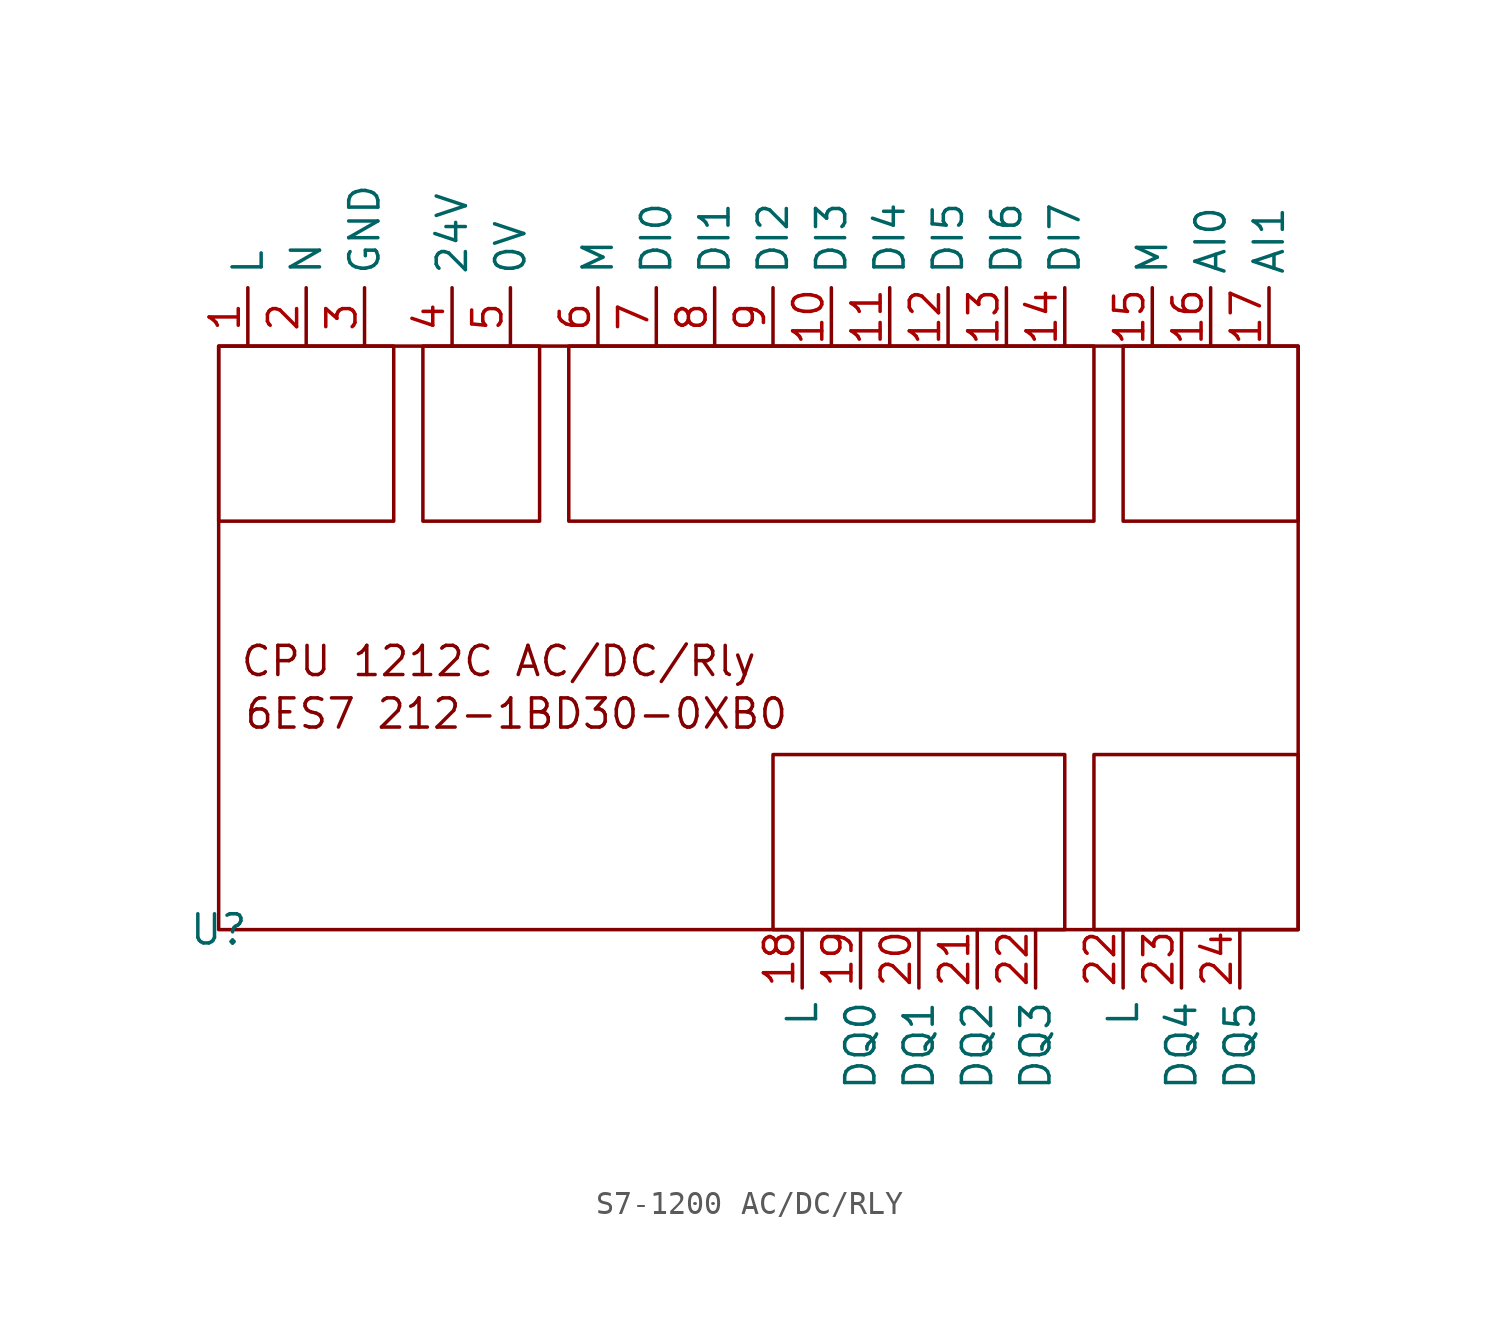
<source format=kicad_sym>
(kicad_symbol_lib
  (version 20231120)
  (generator "kicad_symbol_editor")
  (generator_version "8.0")
  (symbol "S7-1200 AC/DC/RLY"
    (property "Reference" "U"
      (at 0 0 0)
      (effects (font (size 1.27 1.27))))
    (property "Value" ""
      (at 0 0 0)
      (effects (font (size 1.27 1.27))))
    (symbol "S7-1200 AC/DC/RLY_0_1"
      (rectangle (start 0 25.4) (end 7.62 17.78) (stroke (width 0) (type default)) (fill (type none)))
      (rectangle (start 0 25.4) (end 46.99 0) (stroke (width 0) (type default)) (fill (type none)))
      (rectangle (start 8.89 25.4) (end 13.97 17.78) (stroke (width 0) (type default)) (fill (type none)))
      (rectangle (start 15.24 25.4) (end 38.1 17.78) (stroke (width 0) (type default)) (fill (type none)))
      (rectangle (start 36.83 7.62) (end 24.13 0) (stroke (width 0) (type default)) (fill (type none)))
      (rectangle (start 39.37 25.4) (end 46.99 17.78) (stroke (width 0) (type default)) (fill (type none)))
      (rectangle (start 46.99 7.62) (end 38.1 0) (stroke (width 0) (type default)) (fill (type none))))
    (symbol "S7-1200 AC/DC/RLY_1_1"
      (text "6ES7 212-1BD30-0XB0" (at 12.954 9.398 0) (effects (font (size 1.27 1.27))))
      (text "CPU 1212C AC/DC/Rly" (at 12.192 11.684 0) (effects (font (size 1.27 1.27))))
      (pin input line (at 1.27 25.4 90) (length 2.54) (name "L" (effects (font (size 1.27 1.27)))) (number "1" (effects (font (size 1.27 1.27)))))
      (pin input line (at 26.67 25.4 90) (length 2.54) (name "DI3" (effects (font (size 1.27 1.27)))) (number "10" (effects (font (size 1.27 1.27)))))
      (pin input line (at 29.21 25.4 90) (length 2.54) (name "DI4" (effects (font (size 1.27 1.27)))) (number "11" (effects (font (size 1.27 1.27)))))
      (pin input line (at 31.75 25.4 90) (length 2.54) (name "DI5" (effects (font (size 1.27 1.27)))) (number "12" (effects (font (size 1.27 1.27)))))
      (pin input line (at 34.29 25.4 90) (length 2.54) (name "DI6" (effects (font (size 1.27 1.27)))) (number "13" (effects (font (size 1.27 1.27)))))
      (pin input line (at 36.83 25.4 90) (length 2.54) (name "DI7" (effects (font (size 1.27 1.27)))) (number "14" (effects (font (size 1.27 1.27)))))
      (pin input line (at 40.64 25.4 90) (length 2.54) (name "M" (effects (font (size 1.27 1.27)))) (number "15" (effects (font (size 1.27 1.27)))))
      (pin input line (at 43.18 25.4 90) (length 2.54) (name "AI0" (effects (font (size 1.27 1.27)))) (number "16" (effects (font (size 1.27 1.27)))))
      (pin input line (at 45.72 25.4 90) (length 2.54) (name "AI1" (effects (font (size 1.27 1.27)))) (number "17" (effects (font (size 1.27 1.27)))))
      (pin output line (at 25.4 0 270) (length 2.54) (name "L" (effects (font (size 1.27 1.27)))) (number "18" (effects (font (size 1.27 1.27)))))
      (pin output line (at 27.94 0 270) (length 2.54) (name "DQ0" (effects (font (size 1.27 1.27)))) (number "19" (effects (font (size 1.27 1.27)))))
      (pin input line (at 3.81 25.4 90) (length 2.54) (name "N" (effects (font (size 1.27 1.27)))) (number "2" (effects (font (size 1.27 1.27)))) (alternate "Minus" input line))
      (pin output line (at 30.48 0 270) (length 2.54) (name "DQ1" (effects (font (size 1.27 1.27)))) (number "20" (effects (font (size 1.27 1.27)))))
      (pin output line (at 33.02 0 270) (length 2.54) (name "DQ2" (effects (font (size 1.27 1.27)))) (number "21" (effects (font (size 1.27 1.27)))))
      (pin output line (at 35.56 0 270) (length 2.54) (name "DQ3" (effects (font (size 1.27 1.27)))) (number "22" (effects (font (size 1.27 1.27)))))
      (pin output line (at 39.37 0 270) (length 2.54) (name "L" (effects (font (size 1.27 1.27)))) (number "22" (effects (font (size 1.27 1.27)))))
      (pin output line (at 41.91 0 270) (length 2.54) (name "DQ4" (effects (font (size 1.27 1.27)))) (number "23" (effects (font (size 1.27 1.27)))))
      (pin output line (at 44.45 0 270) (length 2.54) (name "DQ5" (effects (font (size 1.27 1.27)))) (number "24" (effects (font (size 1.27 1.27)))))
      (pin input line (at 6.35 25.4 90) (length 2.54) (name "GND" (effects (font (size 1.27 1.27)))) (number "3" (effects (font (size 1.27 1.27)))) (alternate "Ground" input line))
      (pin output line (at 10.16 25.4 90) (length 2.54) (name "24V" (effects (font (size 1.27 1.27)))) (number "4" (effects (font (size 1.27 1.27)))))
      (pin output line (at 12.7 25.4 90) (length 2.54) (name "0V" (effects (font (size 1.27 1.27)))) (number "5" (effects (font (size 1.27 1.27)))))
      (pin input line (at 16.51 25.4 90) (length 2.54) (name "M" (effects (font (size 1.27 1.27)))) (number "6" (effects (font (size 1.27 1.27)))))
      (pin input line (at 19.05 25.4 90) (length 2.54) (name "DI0" (effects (font (size 1.27 1.27)))) (number "7" (effects (font (size 1.27 1.27)))))
      (pin input line (at 21.59 25.4 90) (length 2.54) (name "DI1" (effects (font (size 1.27 1.27)))) (number "8" (effects (font (size 1.27 1.27)))))
      (pin input line (at 24.13 25.4 90) (length 2.54) (name "DI2" (effects (font (size 1.27 1.27)))) (number "9" (effects (font (size 1.27 1.27))))))))
</source>
